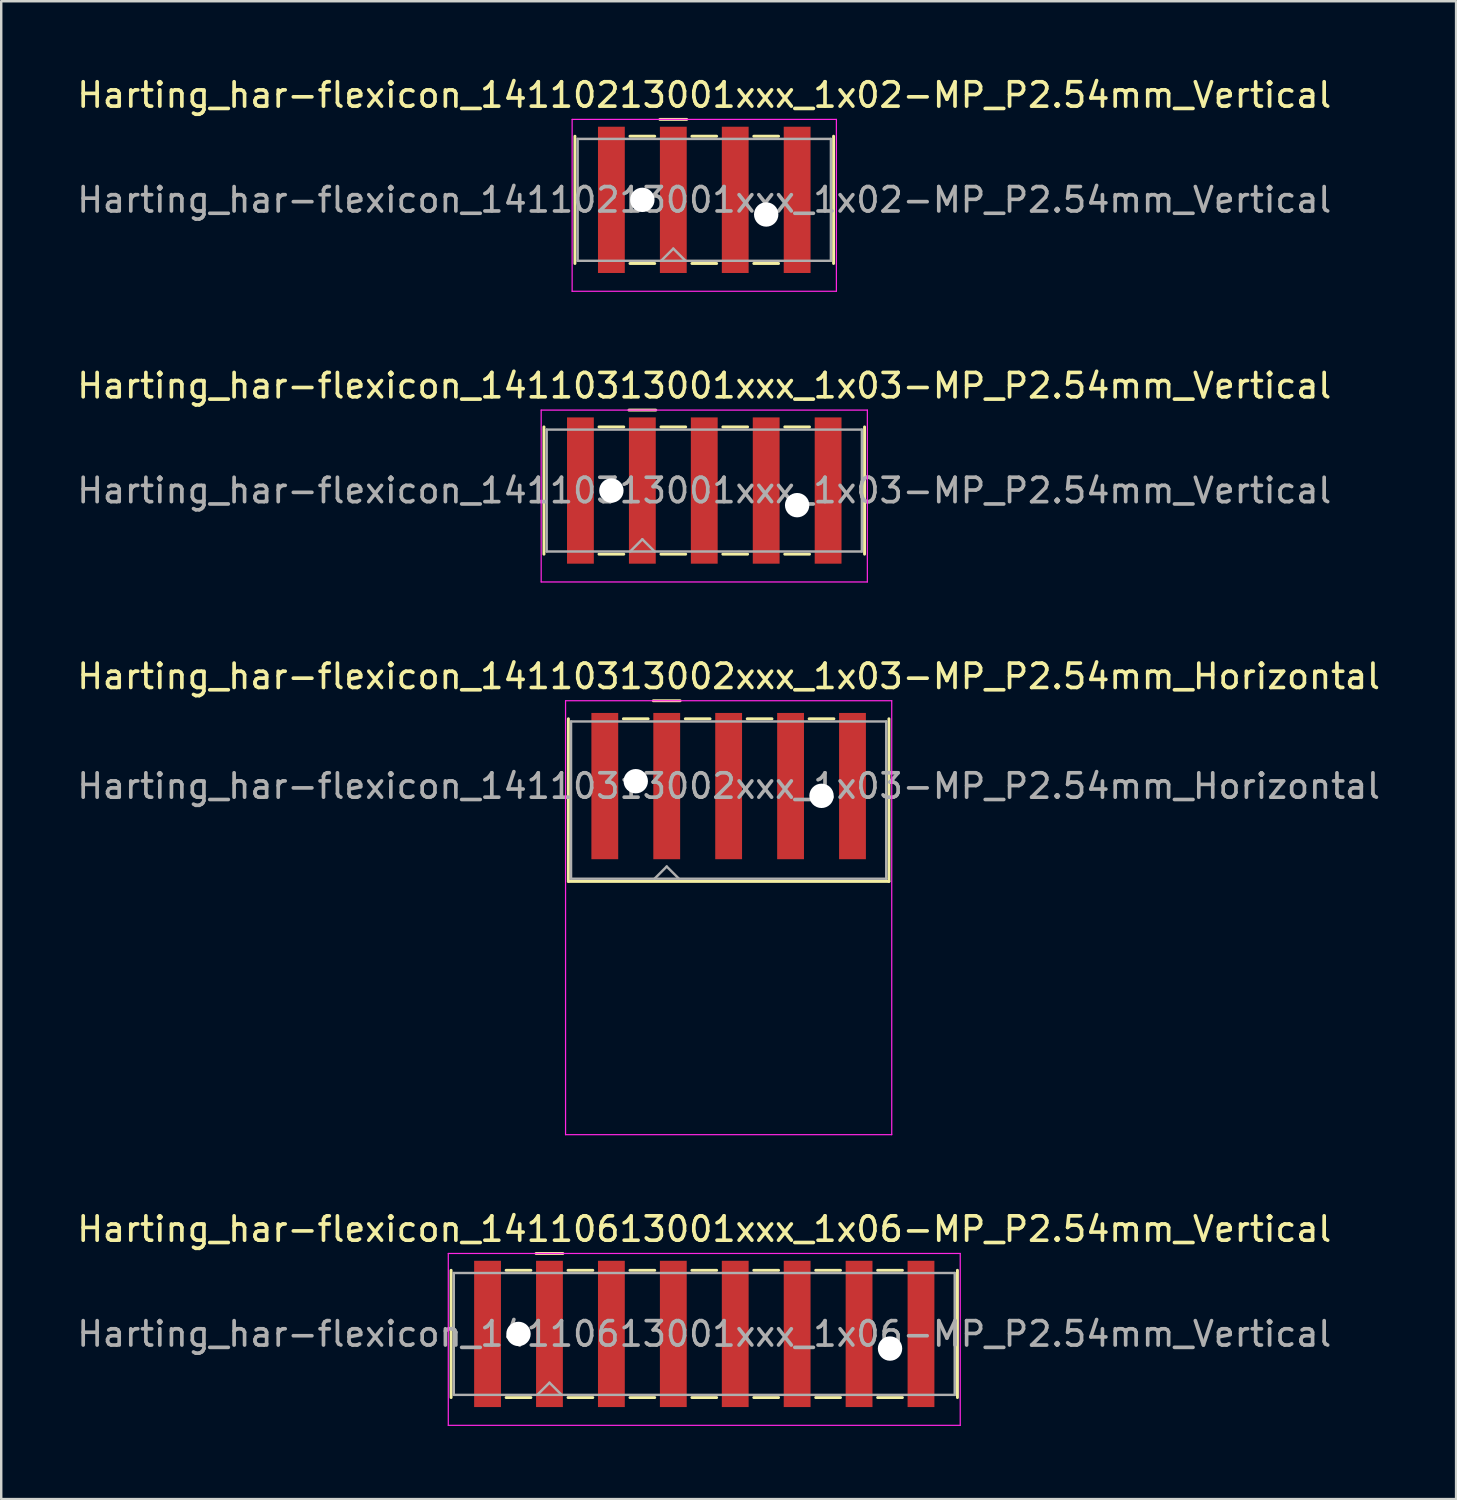
<source format=kicad_pcb>
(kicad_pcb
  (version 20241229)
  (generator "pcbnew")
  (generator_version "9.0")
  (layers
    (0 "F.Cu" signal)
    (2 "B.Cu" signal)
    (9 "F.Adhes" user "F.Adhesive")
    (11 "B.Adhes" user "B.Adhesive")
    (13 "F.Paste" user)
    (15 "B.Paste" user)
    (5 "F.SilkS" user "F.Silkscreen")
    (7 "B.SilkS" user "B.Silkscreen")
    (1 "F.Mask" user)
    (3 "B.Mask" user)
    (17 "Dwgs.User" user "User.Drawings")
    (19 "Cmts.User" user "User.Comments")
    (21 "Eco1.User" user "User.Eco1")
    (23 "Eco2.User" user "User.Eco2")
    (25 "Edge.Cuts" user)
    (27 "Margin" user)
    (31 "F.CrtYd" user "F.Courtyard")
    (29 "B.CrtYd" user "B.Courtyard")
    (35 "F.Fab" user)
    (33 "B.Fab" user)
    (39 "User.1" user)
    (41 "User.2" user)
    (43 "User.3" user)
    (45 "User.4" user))
  (footprint "Harting_har-flexicon_14110613001xxx_1x06-MP_P2.54mm_Vertical"
    (layer "F.Cu")
    (at 25.839 51.668)
    (property "Reference" "Harting_har-flexicon_14110613001xxx_1x06-MP_P2.54mm_Vertical" (at 0 -4.3 0) (layer "F.SilkS") (effects (font (size 1 1) (thickness 0.15))))
    (attr smd)
    (fp_line (start -10.385 -2.61) (end -10.385 2.61) (stroke (width 0.12) (type solid)) (layer "F.SilkS"))
    (fp_line (start -8.128 -2.61) (end -7.112 -2.61) (stroke (width 0.12) (type solid)) (layer "F.SilkS"))
    (fp_line (start -8.128 2.61) (end -7.112 2.61) (stroke (width 0.12) (type solid)) (layer "F.SilkS"))
    (fp_line (start -6.9 -3.3) (end -5.8 -3.3) (stroke (width 0.12) (type solid)) (layer "F.SilkS"))
    (fp_line (start -5.588 -2.61) (end -4.572 -2.61) (stroke (width 0.12) (type solid)) (layer "F.SilkS"))
    (fp_line (start -5.588 2.61) (end -4.572 2.61) (stroke (width 0.12) (type solid)) (layer "F.SilkS"))
    (fp_line (start -3.048 -2.61) (end -2.032 -2.61) (stroke (width 0.12) (type solid)) (layer "F.SilkS"))
    (fp_line (start -3.048 2.61) (end -2.032 2.61) (stroke (width 0.12) (type solid)) (layer "F.SilkS"))
    (fp_line (start -0.508 -2.61) (end 0.508 -2.61) (stroke (width 0.12) (type solid)) (layer "F.SilkS"))
    (fp_line (start -0.508 2.61) (end 0.508 2.61) (stroke (width 0.12) (type solid)) (layer "F.SilkS"))
    (fp_line (start 2.032 -2.61) (end 3.048 -2.61) (stroke (width 0.12) (type solid)) (layer "F.SilkS"))
    (fp_line (start 2.032 2.61) (end 3.048 2.61) (stroke (width 0.12) (type solid)) (layer "F.SilkS"))
    (fp_line (start 4.572 -2.61) (end 5.588 -2.61) (stroke (width 0.12) (type solid)) (layer "F.SilkS"))
    (fp_line (start 4.572 2.61) (end 5.588 2.61) (stroke (width 0.12) (type solid)) (layer "F.SilkS"))
    (fp_line (start 7.112 -2.61) (end 8.128 -2.61) (stroke (width 0.12) (type solid)) (layer "F.SilkS"))
    (fp_line (start 7.112 2.61) (end 8.128 2.61) (stroke (width 0.12) (type solid)) (layer "F.SilkS"))
    (fp_line (start 10.385 -2.61) (end 10.385 2.61) (stroke (width 0.12) (type solid)) (layer "F.SilkS"))
    (fp_line (start -10.5 -3.3) (end -10.5 3.75) (stroke (width 0.05) (type solid)) (layer "F.CrtYd"))
    (fp_line (start -10.5 3.75) (end 10.5 3.75) (stroke (width 0.05) (type solid)) (layer "F.CrtYd"))
    (fp_line (start 10.5 -3.3) (end -10.5 -3.3) (stroke (width 0.05) (type solid)) (layer "F.CrtYd"))
    (fp_line (start 10.5 3.75) (end 10.5 -3.3) (stroke (width 0.05) (type solid)) (layer "F.CrtYd"))
    (fp_line (start -10.275 -2.5) (end -10.275 2.5) (stroke (width 0.1) (type solid)) (layer "F.Fab"))
    (fp_line (start -10.275 2.5) (end 10.275 2.5) (stroke (width 0.1) (type solid)) (layer "F.Fab"))
    (fp_line (start -6.85 2.5) (end -6.35 2) (stroke (width 0.1) (type solid)) (layer "F.Fab"))
    (fp_line (start -6.35 2) (end -5.85 2.5) (stroke (width 0.1) (type solid)) (layer "F.Fab"))
    (fp_line (start 10.275 -2.5) (end -10.275 -2.5) (stroke (width 0.1) (type solid)) (layer "F.Fab"))
    (fp_line (start 10.275 2.5) (end 10.275 -2.5) (stroke (width 0.1) (type solid)) (layer "F.Fab"))
    (fp_text user "${REFERENCE}" (at 0 0 0) (layer "F.Fab") (effects (font (size 1 1) (thickness 0.15))))
    (pad "" np_thru_hole circle (at -7.62 0) (size 1 1) (drill 1) (layers "*.Cu" "*.Mask"))
    (pad "" np_thru_hole circle (at 7.62 0.6) (size 1 1) (drill 1) (layers "*.Cu" "*.Mask"))
    (pad "1" smd rect (at -6.35 0) (size 1.1 6) (layers "F.Cu" "F.Mask" "F.Paste"))
    (pad "2" smd rect (at -3.81 0) (size 1.1 6) (layers "F.Cu" "F.Mask" "F.Paste"))
    (pad "3" smd rect (at -1.27 0) (size 1.1 6) (layers "F.Cu" "F.Mask" "F.Paste"))
    (pad "4" smd rect (at 1.27 0) (size 1.1 6) (layers "F.Cu" "F.Mask" "F.Paste"))
    (pad "5" smd rect (at 3.81 0) (size 1.1 6) (layers "F.Cu" "F.Mask" "F.Paste"))
    (pad "6" smd rect (at 6.35 0) (size 1.1 6) (layers "F.Cu" "F.Mask" "F.Paste"))
    (pad "MP" smd rect (at -8.89 0) (size 1.1 6) (layers "F.Cu" "F.Mask" "F.Paste"))
    (pad "MP" smd rect (at 8.89 0) (size 1.1 6) (layers "F.Cu" "F.Mask" "F.Paste")))
  (footprint "Harting_har-flexicon_14110213001xxx_1x02-MP_P2.54mm_Vertical"
    (layer "F.Cu")
    (at 25.839 5.148)
    (property "Reference" "Harting_har-flexicon_14110213001xxx_1x02-MP_P2.54mm_Vertical" (at 0 -4.3 0) (layer "F.SilkS") (effects (font (size 1 1) (thickness 0.15))))
    (attr smd)
    (fp_line (start -5.305 -2.61) (end -5.305 2.61) (stroke (width 0.12) (type solid)) (layer "F.SilkS"))
    (fp_line (start -3.048 -2.61) (end -2.032 -2.61) (stroke (width 0.12) (type solid)) (layer "F.SilkS"))
    (fp_line (start -3.048 2.61) (end -2.032 2.61) (stroke (width 0.12) (type solid)) (layer "F.SilkS"))
    (fp_line (start -1.82 -3.3) (end -0.72 -3.3) (stroke (width 0.12) (type solid)) (layer "F.SilkS"))
    (fp_line (start -0.508 -2.61) (end 0.508 -2.61) (stroke (width 0.12) (type solid)) (layer "F.SilkS"))
    (fp_line (start -0.508 2.61) (end 0.508 2.61) (stroke (width 0.12) (type solid)) (layer "F.SilkS"))
    (fp_line (start 2.032 -2.61) (end 3.048 -2.61) (stroke (width 0.12) (type solid)) (layer "F.SilkS"))
    (fp_line (start 2.032 2.61) (end 3.048 2.61) (stroke (width 0.12) (type solid)) (layer "F.SilkS"))
    (fp_line (start 5.305 -2.61) (end 5.305 2.61) (stroke (width 0.12) (type solid)) (layer "F.SilkS"))
    (fp_line (start -5.42 -3.3) (end -5.42 3.75) (stroke (width 0.05) (type solid)) (layer "F.CrtYd"))
    (fp_line (start -5.42 3.75) (end 5.42 3.75) (stroke (width 0.05) (type solid)) (layer "F.CrtYd"))
    (fp_line (start 5.42 -3.3) (end -5.42 -3.3) (stroke (width 0.05) (type solid)) (layer "F.CrtYd"))
    (fp_line (start 5.42 3.75) (end 5.42 -3.3) (stroke (width 0.05) (type solid)) (layer "F.CrtYd"))
    (fp_line (start -5.195 -2.5) (end -5.195 2.5) (stroke (width 0.1) (type solid)) (layer "F.Fab"))
    (fp_line (start -5.195 2.5) (end 5.195 2.5) (stroke (width 0.1) (type solid)) (layer "F.Fab"))
    (fp_line (start -1.77 2.5) (end -1.27 2) (stroke (width 0.1) (type solid)) (layer "F.Fab"))
    (fp_line (start -1.27 2) (end -0.77 2.5) (stroke (width 0.1) (type solid)) (layer "F.Fab"))
    (fp_line (start 5.195 -2.5) (end -5.195 -2.5) (stroke (width 0.1) (type solid)) (layer "F.Fab"))
    (fp_line (start 5.195 2.5) (end 5.195 -2.5) (stroke (width 0.1) (type solid)) (layer "F.Fab"))
    (fp_text user "${REFERENCE}" (at 0 0 0) (layer "F.Fab") (effects (font (size 1 1) (thickness 0.15))))
    (pad "" np_thru_hole circle (at -2.54 0) (size 1 1) (drill 1) (layers "*.Cu" "*.Mask"))
    (pad "" np_thru_hole circle (at 2.54 0.6) (size 1 1) (drill 1) (layers "*.Cu" "*.Mask"))
    (pad "1" smd rect (at -1.27 0) (size 1.1 6) (layers "F.Cu" "F.Mask" "F.Paste"))
    (pad "2" smd rect (at 1.27 0) (size 1.1 6) (layers "F.Cu" "F.Mask" "F.Paste"))
    (pad "MP" smd rect (at -3.81 0) (size 1.1 6) (layers "F.Cu" "F.Mask" "F.Paste"))
    (pad "MP" smd rect (at 3.81 0) (size 1.1 6) (layers "F.Cu" "F.Mask" "F.Paste")))
  (footprint "Harting_har-flexicon_14110313002xxx_1x03-MP_P2.54mm_Horizontal"
    (layer "F.Cu")
    (at 26.839 30.495)
    (property "Reference" "Harting_har-flexicon_14110313002xxx_1x03-MP_P2.54mm_Horizontal" (at 0 -5.8 0) (layer "F.SilkS") (effects (font (size 1 1) (thickness 0.15))))
    (attr smd)
    (fp_line (start -6.575 -4.06) (end -6.575 2.61) (stroke (width 0.12) (type solid)) (layer "F.SilkS"))
    (fp_line (start -4.318 -4.06) (end -3.302 -4.06) (stroke (width 0.12) (type solid)) (layer "F.SilkS"))
    (fp_line (start -3.09 -4.8) (end -1.99 -4.8) (stroke (width 0.12) (type solid)) (layer "F.SilkS"))
    (fp_line (start -1.778 -4.06) (end -0.762 -4.06) (stroke (width 0.12) (type solid)) (layer "F.SilkS"))
    (fp_line (start 0.762 -4.06) (end 1.778 -4.06) (stroke (width 0.12) (type solid)) (layer "F.SilkS"))
    (fp_line (start 3.302 -4.06) (end 4.318 -4.06) (stroke (width 0.12) (type solid)) (layer "F.SilkS"))
    (fp_line (start 6.575 -4.06) (end 6.575 2.61) (stroke (width 0.12) (type solid)) (layer "F.SilkS"))
    (fp_line (start 6.575 2.61) (end -6.575 2.61) (stroke (width 0.12) (type solid)) (layer "F.SilkS"))
    (fp_line (start -6.69 -4.8) (end -6.69 13) (stroke (width 0.05) (type solid)) (layer "F.CrtYd"))
    (fp_line (start -6.69 13) (end 6.69 13) (stroke (width 0.05) (type solid)) (layer "F.CrtYd"))
    (fp_line (start 6.69 -4.8) (end -6.69 -4.8) (stroke (width 0.05) (type solid)) (layer "F.CrtYd"))
    (fp_line (start 6.69 13) (end 6.69 -4.8) (stroke (width 0.05) (type solid)) (layer "F.CrtYd"))
    (fp_line (start -6.465 -3.95) (end -6.465 2.5) (stroke (width 0.1) (type solid)) (layer "F.Fab"))
    (fp_line (start -6.465 2.5) (end 6.465 2.5) (stroke (width 0.1) (type solid)) (layer "F.Fab"))
    (fp_line (start -3.04 2.5) (end -2.54 2) (stroke (width 0.1) (type solid)) (layer "F.Fab"))
    (fp_line (start -2.54 2) (end -2.04 2.5) (stroke (width 0.1) (type solid)) (layer "F.Fab"))
    (fp_line (start 6.465 -3.95) (end -6.465 -3.95) (stroke (width 0.1) (type solid)) (layer "F.Fab"))
    (fp_line (start 6.465 2.5) (end 6.465 -3.95) (stroke (width 0.1) (type solid)) (layer "F.Fab"))
    (fp_text user "${REFERENCE}" (at 0 -1.3 0) (layer "F.Fab") (effects (font (size 1 1) (thickness 0.15))))
    (pad "" np_thru_hole circle (at -3.81 -1.5) (size 1 1) (drill 1) (layers "*.Cu" "*.Mask"))
    (pad "" np_thru_hole circle (at 3.81 -0.9) (size 1 1) (drill 1) (layers "*.Cu" "*.Mask"))
    (pad "1" smd rect (at -2.54 -1.3) (size 1.1 6) (layers "F.Cu" "F.Mask" "F.Paste"))
    (pad "2" smd rect (at 0 -1.3) (size 1.1 6) (layers "F.Cu" "F.Mask" "F.Paste"))
    (pad "3" smd rect (at 2.54 -1.3) (size 1.1 6) (layers "F.Cu" "F.Mask" "F.Paste"))
    (pad "MP" smd rect (at -5.08 -1.3) (size 1.1 6) (layers "F.Cu" "F.Mask" "F.Paste"))
    (pad "MP" smd rect (at 5.08 -1.3) (size 1.1 6) (layers "F.Cu" "F.Mask" "F.Paste")))
  (footprint "Harting_har-flexicon_14110313001xxx_1x03-MP_P2.54mm_Vertical"
    (layer "F.Cu")
    (at 25.839 17.072)
    (property "Reference" "Harting_har-flexicon_14110313001xxx_1x03-MP_P2.54mm_Vertical" (at 0 -4.3 0) (layer "F.SilkS") (effects (font (size 1 1) (thickness 0.15))))
    (attr smd)
    (fp_line (start -6.575 -2.61) (end -6.575 2.61) (stroke (width 0.12) (type solid)) (layer "F.SilkS"))
    (fp_line (start -4.318 -2.61) (end -3.302 -2.61) (stroke (width 0.12) (type solid)) (layer "F.SilkS"))
    (fp_line (start -4.318 2.61) (end -3.302 2.61) (stroke (width 0.12) (type solid)) (layer "F.SilkS"))
    (fp_line (start -3.09 -3.3) (end -1.99 -3.3) (stroke (width 0.12) (type solid)) (layer "F.SilkS"))
    (fp_line (start -1.778 -2.61) (end -0.762 -2.61) (stroke (width 0.12) (type solid)) (layer "F.SilkS"))
    (fp_line (start -1.778 2.61) (end -0.762 2.61) (stroke (width 0.12) (type solid)) (layer "F.SilkS"))
    (fp_line (start 0.762 -2.61) (end 1.778 -2.61) (stroke (width 0.12) (type solid)) (layer "F.SilkS"))
    (fp_line (start 0.762 2.61) (end 1.778 2.61) (stroke (width 0.12) (type solid)) (layer "F.SilkS"))
    (fp_line (start 3.302 -2.61) (end 4.318 -2.61) (stroke (width 0.12) (type solid)) (layer "F.SilkS"))
    (fp_line (start 3.302 2.61) (end 4.318 2.61) (stroke (width 0.12) (type solid)) (layer "F.SilkS"))
    (fp_line (start 6.575 -2.61) (end 6.575 2.61) (stroke (width 0.12) (type solid)) (layer "F.SilkS"))
    (fp_line (start -6.69 -3.3) (end -6.69 3.75) (stroke (width 0.05) (type solid)) (layer "F.CrtYd"))
    (fp_line (start -6.69 3.75) (end 6.69 3.75) (stroke (width 0.05) (type solid)) (layer "F.CrtYd"))
    (fp_line (start 6.69 -3.3) (end -6.69 -3.3) (stroke (width 0.05) (type solid)) (layer "F.CrtYd"))
    (fp_line (start 6.69 3.75) (end 6.69 -3.3) (stroke (width 0.05) (type solid)) (layer "F.CrtYd"))
    (fp_line (start -6.465 -2.5) (end -6.465 2.5) (stroke (width 0.1) (type solid)) (layer "F.Fab"))
    (fp_line (start -6.465 2.5) (end 6.465 2.5) (stroke (width 0.1) (type solid)) (layer "F.Fab"))
    (fp_line (start -3.04 2.5) (end -2.54 2) (stroke (width 0.1) (type solid)) (layer "F.Fab"))
    (fp_line (start -2.54 2) (end -2.04 2.5) (stroke (width 0.1) (type solid)) (layer "F.Fab"))
    (fp_line (start 6.465 -2.5) (end -6.465 -2.5) (stroke (width 0.1) (type solid)) (layer "F.Fab"))
    (fp_line (start 6.465 2.5) (end 6.465 -2.5) (stroke (width 0.1) (type solid)) (layer "F.Fab"))
    (fp_text user "${REFERENCE}" (at 0 0 0) (layer "F.Fab") (effects (font (size 1 1) (thickness 0.15))))
    (pad "" np_thru_hole circle (at -3.81 0) (size 1 1) (drill 1) (layers "*.Cu" "*.Mask"))
    (pad "" np_thru_hole circle (at 3.81 0.6) (size 1 1) (drill 1) (layers "*.Cu" "*.Mask"))
    (pad "1" smd rect (at -2.54 0) (size 1.1 6) (layers "F.Cu" "F.Mask" "F.Paste"))
    (pad "2" smd rect (at 0 0) (size 1.1 6) (layers "F.Cu" "F.Mask" "F.Paste"))
    (pad "3" smd rect (at 2.54 0) (size 1.1 6) (layers "F.Cu" "F.Mask" "F.Paste"))
    (pad "MP" smd rect (at -5.08 0) (size 1.1 6) (layers "F.Cu" "F.Mask" "F.Paste"))
    (pad "MP" smd rect (at 5.08 0) (size 1.1 6) (layers "F.Cu" "F.Mask" "F.Paste")))
  (gr_rect
    (start -3 -3)
    (end 56.679 58.443)
    (stroke (width 0.1) (type default))
    (fill no)
    (layer "Edge.Cuts")))
</source>
